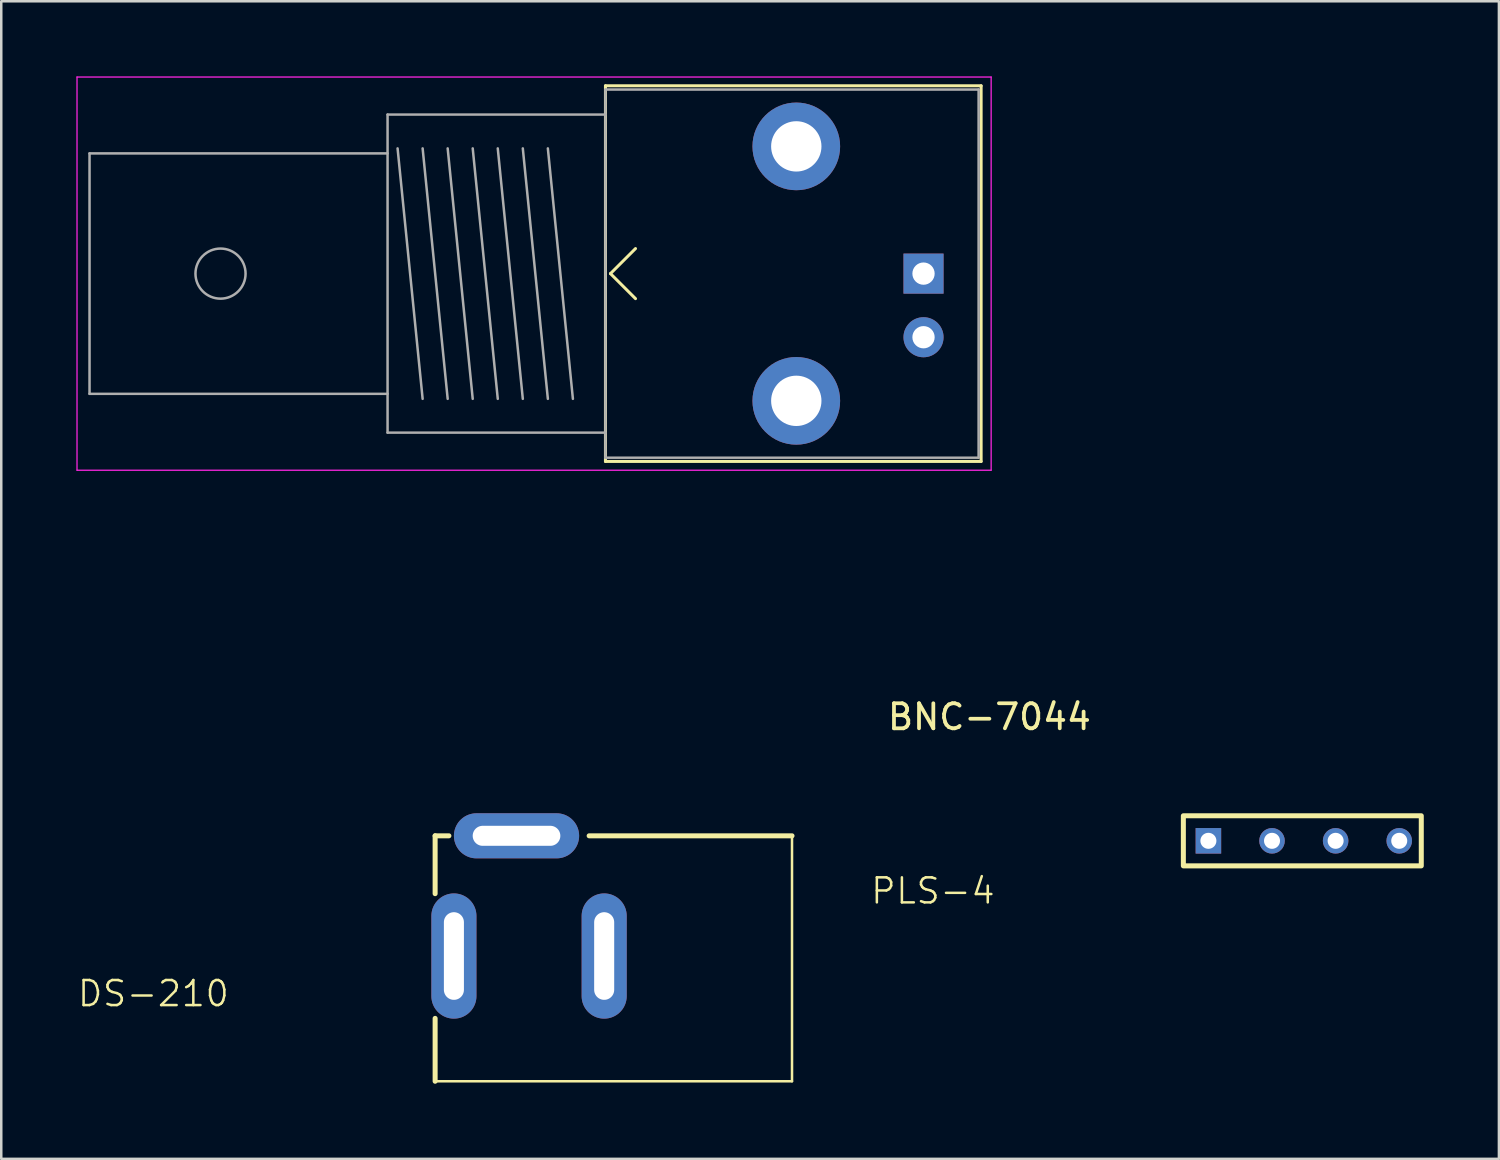
<source format=kicad_pcb>
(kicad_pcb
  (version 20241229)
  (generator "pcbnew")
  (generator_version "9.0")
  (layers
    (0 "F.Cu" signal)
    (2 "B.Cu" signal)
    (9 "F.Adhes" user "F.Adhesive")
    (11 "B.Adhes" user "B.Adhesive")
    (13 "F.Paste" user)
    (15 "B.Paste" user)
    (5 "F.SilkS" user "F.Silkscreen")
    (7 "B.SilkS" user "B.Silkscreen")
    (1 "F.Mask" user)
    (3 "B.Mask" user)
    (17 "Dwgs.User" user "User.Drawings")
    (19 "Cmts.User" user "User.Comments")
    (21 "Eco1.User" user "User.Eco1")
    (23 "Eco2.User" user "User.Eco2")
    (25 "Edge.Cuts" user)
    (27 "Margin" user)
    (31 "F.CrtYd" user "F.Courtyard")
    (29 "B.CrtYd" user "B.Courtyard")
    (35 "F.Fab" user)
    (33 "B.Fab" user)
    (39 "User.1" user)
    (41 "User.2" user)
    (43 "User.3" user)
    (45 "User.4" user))
  (footprint "BNC-7044"
    (layer "F.Cu")
    (at 36.455 15.575)
    (property "Reference" "BNC-7044" (at 0 10 0) (layer "F.SilkS") (effects (font (size 1 1) (thickness 0.15))))
    (attr through_hole)
    (fp_line (start -15.33 -15.2) (end -0.33 -15.2) (stroke (width 0.12) (type solid)) (layer "F.SilkS"))
    (fp_line (start -15.33 -0.2) (end -15.33 -15.2) (stroke (width 0.12) (type solid)) (layer "F.SilkS"))
    (fp_line (start -15.13 -7.7) (end -14.13 -8.7) (stroke (width 0.12) (type solid)) (layer "F.SilkS"))
    (fp_line (start -15.13 -7.7) (end -14.13 -6.7) (stroke (width 0.12) (type solid)) (layer "F.SilkS"))
    (fp_line (start -0.33 -15.2) (end -0.33 -0.2) (stroke (width 0.12) (type solid)) (layer "F.SilkS"))
    (fp_line (start -0.33 -0.2) (end -15.33 -0.2) (stroke (width 0.12) (type solid)) (layer "F.SilkS"))
    (fp_line (start -36.43 -15.55) (end -36.43 0.15) (stroke (width 0.05) (type solid)) (layer "F.CrtYd"))
    (fp_line (start 0.07 -15.55) (end -36.43 -15.55) (stroke (width 0.05) (type solid)) (layer "F.CrtYd"))
    (fp_line (start 0.07 0.15) (end -36.43 0.15) (stroke (width 0.05) (type solid)) (layer "F.CrtYd"))
    (fp_line (start 0.07 0.15) (end 0.07 -15.55) (stroke (width 0.05) (type solid)) (layer "F.CrtYd"))
    (fp_line (start -35.93 -12.5) (end -35.93 -2.9) (stroke (width 0.1) (type solid)) (layer "F.Fab"))
    (fp_line (start -35.93 -2.9) (end -24.03 -2.9) (stroke (width 0.1) (type solid)) (layer "F.Fab"))
    (fp_line (start -24.03 -14.05) (end -24.03 -1.35) (stroke (width 0.1) (type solid)) (layer "F.Fab"))
    (fp_line (start -24.03 -12.5) (end -35.93 -12.5) (stroke (width 0.1) (type solid)) (layer "F.Fab"))
    (fp_line (start -24.03 -1.35) (end -15.33 -1.35) (stroke (width 0.1) (type solid)) (layer "F.Fab"))
    (fp_line (start -22.63 -2.7) (end -23.63 -12.7) (stroke (width 0.1) (type solid)) (layer "F.Fab"))
    (fp_line (start -21.63 -2.7) (end -22.63 -12.7) (stroke (width 0.1) (type solid)) (layer "F.Fab"))
    (fp_line (start -20.63 -2.7) (end -21.63 -12.7) (stroke (width 0.1) (type solid)) (layer "F.Fab"))
    (fp_line (start -19.63 -2.7) (end -20.63 -12.7) (stroke (width 0.1) (type solid)) (layer "F.Fab"))
    (fp_line (start -18.63 -2.7) (end -19.63 -12.7) (stroke (width 0.1) (type solid)) (layer "F.Fab"))
    (fp_line (start -17.63 -2.7) (end -18.63 -12.7) (stroke (width 0.1) (type solid)) (layer "F.Fab"))
    (fp_line (start -16.63 -2.7) (end -17.63 -12.7) (stroke (width 0.1) (type solid)) (layer "F.Fab"))
    (fp_line (start -15.33 -15.05) (end -15.33 -0.35) (stroke (width 0.1) (type solid)) (layer "F.Fab"))
    (fp_line (start -15.33 -14.05) (end -24.03 -14.05) (stroke (width 0.1) (type solid)) (layer "F.Fab"))
    (fp_line (start -15.33 -0.35) (end -0.43 -0.35) (stroke (width 0.1) (type solid)) (layer "F.Fab"))
    (fp_line (start -0.43 -15.05) (end -15.33 -15.05) (stroke (width 0.1) (type solid)) (layer "F.Fab"))
    (fp_line (start -0.43 -0.35) (end -0.43 -15.05) (stroke (width 0.1) (type solid)) (layer "F.Fab"))
    (fp_circle (center -30.7 -7.7) (end -30.7 -8.7) (stroke (width 0.1) (type solid)) (fill no) (layer "F.Fab"))
    (pad "1" thru_hole rect (at -2.63 -7.7 90) (size 1.6 1.6) (drill 0.89) (layers "*.Cu" "*.Mask"))
    (pad "2" thru_hole circle (at -7.71 -12.78 90) (size 3.5 3.5) (drill 2.01) (layers "*.Cu" "*.Mask"))
    (pad "2" thru_hole circle (at -7.71 -2.62 90) (size 3.5 3.5) (drill 2.01) (layers "*.Cu" "*.Mask"))
    (pad "2" thru_hole circle (at -2.63 -5.16 90) (size 1.6 1.6) (drill 0.89) (layers "*.Cu" "*.Mask")))
  (footprint "PLS-4"
    (layer "F.Cu")
    (at 45.2 30.523)
    (property "Reference" "PLS-4" (at -11 2 0) (unlocked yes) (layer "F.SilkS") (effects (font (size 1 1) (thickness 0.1))))
    (attr through_hole)
    (fp_rect (start -1 -1) (end 8.5 1) (stroke (width 0.2) (type default)) (fill no) (layer "F.SilkS"))
    (pad "1" thru_hole rect (at 0 0) (size 1.02 1.02) (drill 0.64) (layers "*.Cu" "*.Mask"))
    (pad "2" thru_hole circle (at 2.54 0) (size 1.02 1.02) (drill 0.64) (layers "*.Cu" "*.Mask"))
    (pad "3" thru_hole circle (at 5.08 0) (size 1.02 1.02) (drill 0.64) (layers "*.Cu" "*.Mask"))
    (pad "4" thru_hole circle (at 7.62 0) (size 1.02 1.02) (drill 0.64) (layers "*.Cu" "*.Mask")))
  (footprint "DS-210"
    (layer "F.Cu")
    (at 15.074 35.123)
    (property "Reference" "DS-210" (at -12 1.5 0) (unlocked yes) (layer "F.SilkS") (effects (font (size 1 1) (thickness 0.1))))
    (attr through_hole)
    (fp_line (start -0.75 -2.49) (end -0.75 -4.8) (stroke (width 0.2) (type default)) (layer "F.SilkS"))
    (fp_line (start -0.75 5) (end -0.75 2.49) (stroke (width 0.2) (type default)) (layer "F.SilkS"))
    (fp_line (start -0.2 -4.8) (end -0.75 -4.8) (stroke (width 0.2) (type default)) (layer "F.SilkS"))
    (fp_line (start 5.4 -4.8) (end 13.5 -4.8) (stroke (width 0.2) (type default)) (layer "F.SilkS"))
    (fp_line (start 13.5 -4.8) (end 13.5 5) (stroke (width 0.1) (type default)) (layer "F.SilkS"))
    (fp_line (start 13.5 5) (end -0.75 5) (stroke (width 0.1) (type default)) (layer "F.SilkS"))
    (pad "1" thru_hole oval (at 0 0) (size 1.8 5) (drill oval 0.8 3.5) (layers "*.Cu" "*.Mask"))
    (pad "2" thru_hole oval (at 2.5 -4.8 90) (size 1.8 5) (drill oval 0.8 3.5) (layers "*.Cu" "*.Mask"))
    (pad "2" thru_hole oval (at 6 0) (size 1.8 5) (drill oval 0.8 3.5) (layers "*.Cu" "*.Mask")))
  (gr_rect
    (start -3 -3)
    (end 56.8 43.223)
    (stroke (width 0.1) (type default))
    (fill no)
    (layer "Edge.Cuts")))
</source>
